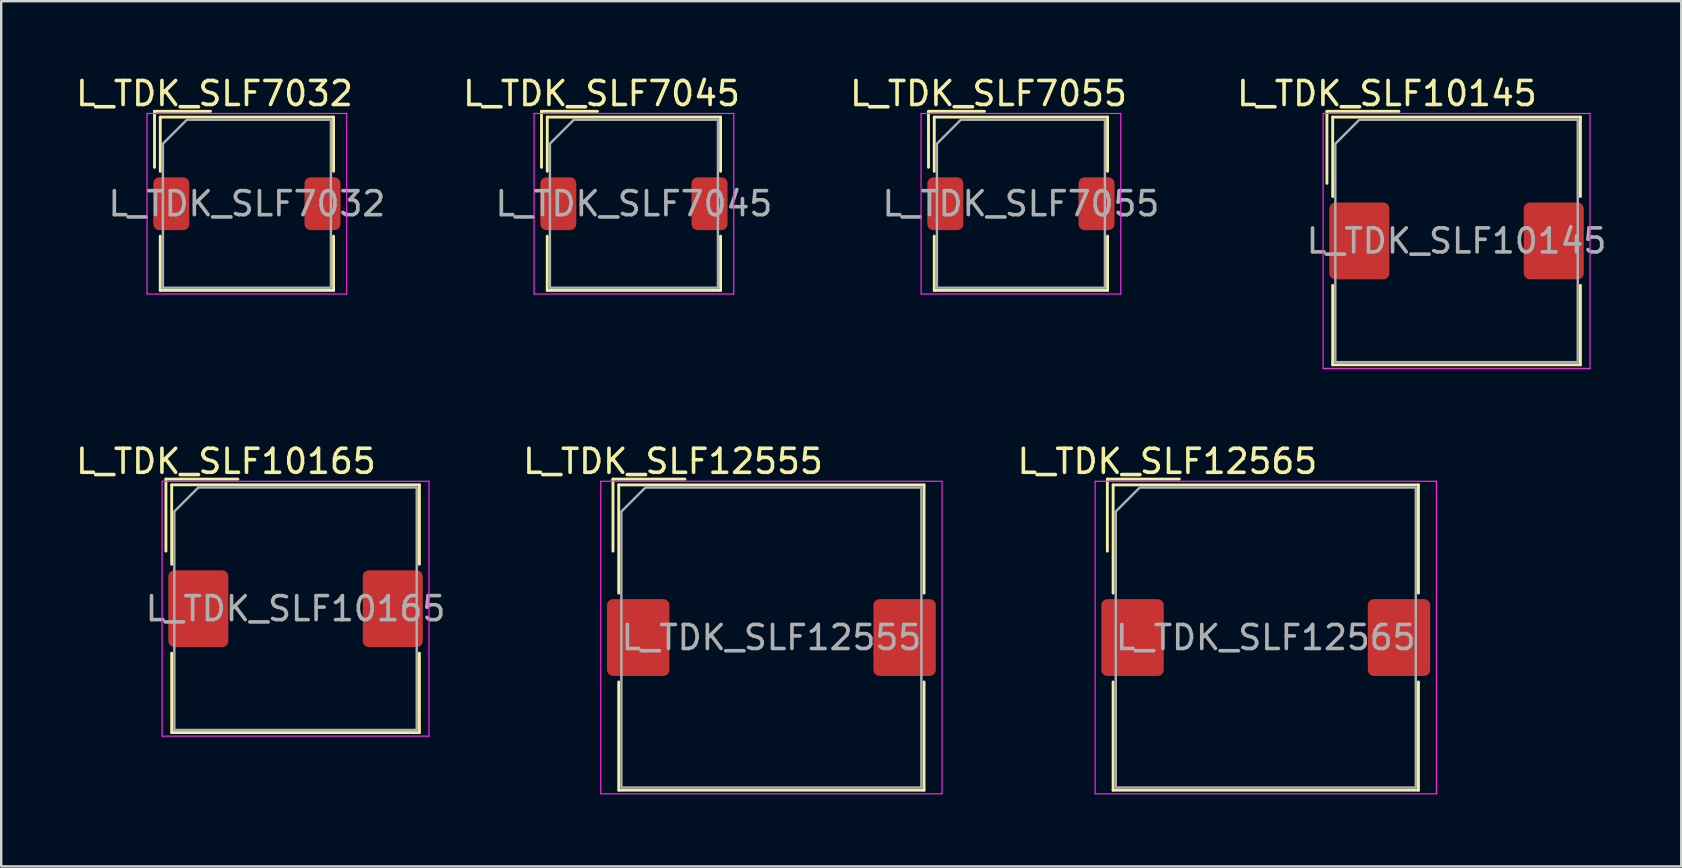
<source format=kicad_pcb>
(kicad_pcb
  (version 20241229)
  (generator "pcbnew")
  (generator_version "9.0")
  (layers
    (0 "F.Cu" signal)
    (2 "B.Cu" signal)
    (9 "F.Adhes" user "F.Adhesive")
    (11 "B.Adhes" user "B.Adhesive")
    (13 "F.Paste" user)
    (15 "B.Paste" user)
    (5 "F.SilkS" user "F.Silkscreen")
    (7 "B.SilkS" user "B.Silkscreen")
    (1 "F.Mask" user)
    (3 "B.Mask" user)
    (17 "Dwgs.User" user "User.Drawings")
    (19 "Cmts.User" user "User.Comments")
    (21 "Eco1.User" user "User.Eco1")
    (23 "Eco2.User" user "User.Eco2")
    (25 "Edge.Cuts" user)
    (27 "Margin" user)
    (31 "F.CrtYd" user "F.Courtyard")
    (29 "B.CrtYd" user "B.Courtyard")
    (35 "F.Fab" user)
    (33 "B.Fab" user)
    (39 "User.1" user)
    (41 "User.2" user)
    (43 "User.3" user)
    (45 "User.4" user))
  (footprint "L_TDK_SLF7045"
    (layer "F.Cu")
    (at 23.361 5.438)
    (property "Reference" "L_TDK_SLF7045" (at -1.35 -4.59 0) (layer "F.SilkS") (effects (font (size 1 1) (thickness 0.15))))
    (attr smd)
    (fp_line (start -3.85 -3.85) (end -1.517 -3.85) (stroke (width 0.12) (type solid)) (layer "F.SilkS"))
    (fp_line (start -3.85 -1.517) (end -3.85 -3.85) (stroke (width 0.12) (type solid)) (layer "F.SilkS"))
    (fp_line (start -3.61 -3.61) (end -3.61 -1.35) (stroke (width 0.12) (type solid)) (layer "F.SilkS"))
    (fp_line (start -3.61 -3.61) (end 3.61 -3.61) (stroke (width 0.12) (type solid)) (layer "F.SilkS"))
    (fp_line (start -3.61 1.35) (end -3.61 3.61) (stroke (width 0.12) (type solid)) (layer "F.SilkS"))
    (fp_line (start -3.61 3.61) (end 3.61 3.61) (stroke (width 0.12) (type solid)) (layer "F.SilkS"))
    (fp_line (start 3.61 -3.61) (end 3.61 -1.35) (stroke (width 0.12) (type solid)) (layer "F.SilkS"))
    (fp_line (start 3.61 1.35) (end 3.61 3.61) (stroke (width 0.12) (type solid)) (layer "F.SilkS"))
    (fp_line (start -4.16 -3.76) (end -4.16 3.76) (stroke (width 0.05) (type solid)) (layer "F.CrtYd"))
    (fp_line (start -4.16 3.76) (end 4.16 3.76) (stroke (width 0.05) (type solid)) (layer "F.CrtYd"))
    (fp_line (start 4.16 -3.76) (end -4.16 -3.76) (stroke (width 0.05) (type solid)) (layer "F.CrtYd"))
    (fp_line (start 4.16 3.76) (end 4.16 -3.76) (stroke (width 0.05) (type solid)) (layer "F.CrtYd"))
    (fp_poly (pts (xy -3.5 -2.5) (xy -3.5 3.5) (xy 3.5 3.5) (xy 3.5 -3.5) (xy -2.5 -3.5)) (stroke (width 0.1) (type solid)) (fill no) (layer "F.Fab"))
    (fp_text user "${REFERENCE}" (at 0 0 0) (layer "F.Fab") (effects (font (size 1 1) (thickness 0.15))))
    (pad "1" smd roundrect (at -3.15 0) (size 1.5 2.2) (layers "F.Cu" "F.Mask" "F.Paste") (roundrect_rratio 0.167))
    (pad "2" smd roundrect (at 3.15 0) (size 1.5 2.2) (layers "F.Cu" "F.Mask" "F.Paste") (roundrect_rratio 0.167)))
  (footprint "L_TDK_SLF7055"
    (layer "F.Cu")
    (at 39.485 5.438)
    (property "Reference" "L_TDK_SLF7055" (at -1.35 -4.59 0) (layer "F.SilkS") (effects (font (size 1 1) (thickness 0.15))))
    (attr smd)
    (fp_line (start -3.85 -3.85) (end -1.517 -3.85) (stroke (width 0.12) (type solid)) (layer "F.SilkS"))
    (fp_line (start -3.85 -1.517) (end -3.85 -3.85) (stroke (width 0.12) (type solid)) (layer "F.SilkS"))
    (fp_line (start -3.61 -3.61) (end -3.61 -1.35) (stroke (width 0.12) (type solid)) (layer "F.SilkS"))
    (fp_line (start -3.61 -3.61) (end 3.61 -3.61) (stroke (width 0.12) (type solid)) (layer "F.SilkS"))
    (fp_line (start -3.61 1.35) (end -3.61 3.61) (stroke (width 0.12) (type solid)) (layer "F.SilkS"))
    (fp_line (start -3.61 3.61) (end 3.61 3.61) (stroke (width 0.12) (type solid)) (layer "F.SilkS"))
    (fp_line (start 3.61 -3.61) (end 3.61 -1.35) (stroke (width 0.12) (type solid)) (layer "F.SilkS"))
    (fp_line (start 3.61 1.35) (end 3.61 3.61) (stroke (width 0.12) (type solid)) (layer "F.SilkS"))
    (fp_line (start -4.16 -3.76) (end -4.16 3.76) (stroke (width 0.05) (type solid)) (layer "F.CrtYd"))
    (fp_line (start -4.16 3.76) (end 4.16 3.76) (stroke (width 0.05) (type solid)) (layer "F.CrtYd"))
    (fp_line (start 4.16 -3.76) (end -4.16 -3.76) (stroke (width 0.05) (type solid)) (layer "F.CrtYd"))
    (fp_line (start 4.16 3.76) (end 4.16 -3.76) (stroke (width 0.05) (type solid)) (layer "F.CrtYd"))
    (fp_poly (pts (xy -3.5 -2.5) (xy -3.5 3.5) (xy 3.5 3.5) (xy 3.5 -3.5) (xy -2.5 -3.5)) (stroke (width 0.1) (type solid)) (fill no) (layer "F.Fab"))
    (fp_text user "${REFERENCE}" (at 0 0 0) (layer "F.Fab") (effects (font (size 1 1) (thickness 0.15))))
    (pad "1" smd roundrect (at -3.15 0) (size 1.5 2.2) (layers "F.Cu" "F.Mask" "F.Paste") (roundrect_rratio 0.167))
    (pad "2" smd roundrect (at 3.15 0) (size 1.5 2.2) (layers "F.Cu" "F.Mask" "F.Paste") (roundrect_rratio 0.167)))
  (footprint "L_TDK_SLF10145"
    (layer "F.Cu")
    (at 57.635 6.988)
    (property "Reference" "L_TDK_SLF10145" (at -2.9 -6.14 0) (layer "F.SilkS") (effects (font (size 1 1) (thickness 0.15))))
    (attr smd)
    (fp_line (start -5.4 -5.4) (end -2.4 -5.4) (stroke (width 0.12) (type solid)) (layer "F.SilkS"))
    (fp_line (start -5.4 -2.4) (end -5.4 -5.4) (stroke (width 0.12) (type solid)) (layer "F.SilkS"))
    (fp_line (start -5.16 -5.16) (end -5.16 -1.85) (stroke (width 0.12) (type solid)) (layer "F.SilkS"))
    (fp_line (start -5.16 -5.16) (end 5.16 -5.16) (stroke (width 0.12) (type solid)) (layer "F.SilkS"))
    (fp_line (start -5.16 1.85) (end -5.16 5.16) (stroke (width 0.12) (type solid)) (layer "F.SilkS"))
    (fp_line (start -5.16 5.16) (end 5.16 5.16) (stroke (width 0.12) (type solid)) (layer "F.SilkS"))
    (fp_line (start 5.16 -5.16) (end 5.16 -1.85) (stroke (width 0.12) (type solid)) (layer "F.SilkS"))
    (fp_line (start 5.16 1.85) (end 5.16 5.16) (stroke (width 0.12) (type solid)) (layer "F.SilkS"))
    (fp_line (start -5.56 -5.31) (end -5.56 5.31) (stroke (width 0.05) (type solid)) (layer "F.CrtYd"))
    (fp_line (start -5.56 5.31) (end 5.56 5.31) (stroke (width 0.05) (type solid)) (layer "F.CrtYd"))
    (fp_line (start 5.56 -5.31) (end -5.56 -5.31) (stroke (width 0.05) (type solid)) (layer "F.CrtYd"))
    (fp_line (start 5.56 5.31) (end 5.56 -5.31) (stroke (width 0.05) (type solid)) (layer "F.CrtYd"))
    (fp_poly (pts (xy -5.05 -4.05) (xy -5.05 5.05) (xy 5.05 5.05) (xy 5.05 -5.05) (xy -4.05 -5.05)) (stroke (width 0.1) (type solid)) (fill no) (layer "F.Fab"))
    (fp_text user "${REFERENCE}" (at 0 0 0) (layer "F.Fab") (effects (font (size 1 1) (thickness 0.15))))
    (pad "1" smd roundrect (at -4.05 0) (size 2.5 3.2) (layers "F.Cu" "F.Mask" "F.Paste") (roundrect_rratio 0.1))
    (pad "2" smd roundrect (at 4.05 0) (size 2.5 3.2) (layers "F.Cu" "F.Mask" "F.Paste") (roundrect_rratio 0.1)))
  (footprint "L_TDK_SLF12565"
    (layer "F.Cu")
    (at 49.687 23.512)
    (property "Reference" "L_TDK_SLF12565" (at -4.1 -7.34 0) (layer "F.SilkS") (effects (font (size 1 1) (thickness 0.15))))
    (attr smd)
    (fp_line (start -6.6 -6.6) (end -3.6 -6.6) (stroke (width 0.12) (type solid)) (layer "F.SilkS"))
    (fp_line (start -6.6 -3.6) (end -6.6 -6.6) (stroke (width 0.12) (type solid)) (layer "F.SilkS"))
    (fp_line (start -6.36 -6.36) (end -6.36 -1.85) (stroke (width 0.12) (type solid)) (layer "F.SilkS"))
    (fp_line (start -6.36 -6.36) (end 6.36 -6.36) (stroke (width 0.12) (type solid)) (layer "F.SilkS"))
    (fp_line (start -6.36 1.85) (end -6.36 6.36) (stroke (width 0.12) (type solid)) (layer "F.SilkS"))
    (fp_line (start -6.36 6.36) (end 6.36 6.36) (stroke (width 0.12) (type solid)) (layer "F.SilkS"))
    (fp_line (start 6.36 -6.36) (end 6.36 -1.85) (stroke (width 0.12) (type solid)) (layer "F.SilkS"))
    (fp_line (start 6.36 1.85) (end 6.36 6.36) (stroke (width 0.12) (type solid)) (layer "F.SilkS"))
    (fp_line (start -7.11 -6.51) (end -7.11 6.51) (stroke (width 0.05) (type solid)) (layer "F.CrtYd"))
    (fp_line (start -7.11 6.51) (end 7.11 6.51) (stroke (width 0.05) (type solid)) (layer "F.CrtYd"))
    (fp_line (start 7.11 -6.51) (end -7.11 -6.51) (stroke (width 0.05) (type solid)) (layer "F.CrtYd"))
    (fp_line (start 7.11 6.51) (end 7.11 -6.51) (stroke (width 0.05) (type solid)) (layer "F.CrtYd"))
    (fp_poly (pts (xy -6.25 -5.25) (xy -6.25 6.25) (xy 6.25 6.25) (xy 6.25 -6.25) (xy -5.25 -6.25)) (stroke (width 0.1) (type solid)) (fill no) (layer "F.Fab"))
    (fp_text user "${REFERENCE}" (at 0 0 0) (layer "F.Fab") (effects (font (size 1 1) (thickness 0.15))))
    (pad "1" smd roundrect (at -5.55 0) (size 2.6 3.2) (layers "F.Cu" "F.Mask" "F.Paste") (roundrect_rratio 0.096))
    (pad "2" smd roundrect (at 5.55 0) (size 2.6 3.2) (layers "F.Cu" "F.Mask" "F.Paste") (roundrect_rratio 0.096)))
  (footprint "L_TDK_SLF10165"
    (layer "F.Cu")
    (at 9.263 22.311)
    (property "Reference" "L_TDK_SLF10165" (at -2.9 -6.14 0) (layer "F.SilkS") (effects (font (size 1 1) (thickness 0.15))))
    (attr smd)
    (fp_line (start -5.4 -5.4) (end -2.4 -5.4) (stroke (width 0.12) (type solid)) (layer "F.SilkS"))
    (fp_line (start -5.4 -2.4) (end -5.4 -5.4) (stroke (width 0.12) (type solid)) (layer "F.SilkS"))
    (fp_line (start -5.16 -5.16) (end -5.16 -1.85) (stroke (width 0.12) (type solid)) (layer "F.SilkS"))
    (fp_line (start -5.16 -5.16) (end 5.16 -5.16) (stroke (width 0.12) (type solid)) (layer "F.SilkS"))
    (fp_line (start -5.16 1.85) (end -5.16 5.16) (stroke (width 0.12) (type solid)) (layer "F.SilkS"))
    (fp_line (start -5.16 5.16) (end 5.16 5.16) (stroke (width 0.12) (type solid)) (layer "F.SilkS"))
    (fp_line (start 5.16 -5.16) (end 5.16 -1.85) (stroke (width 0.12) (type solid)) (layer "F.SilkS"))
    (fp_line (start 5.16 1.85) (end 5.16 5.16) (stroke (width 0.12) (type solid)) (layer "F.SilkS"))
    (fp_line (start -5.56 -5.31) (end -5.56 5.31) (stroke (width 0.05) (type solid)) (layer "F.CrtYd"))
    (fp_line (start -5.56 5.31) (end 5.56 5.31) (stroke (width 0.05) (type solid)) (layer "F.CrtYd"))
    (fp_line (start 5.56 -5.31) (end -5.56 -5.31) (stroke (width 0.05) (type solid)) (layer "F.CrtYd"))
    (fp_line (start 5.56 5.31) (end 5.56 -5.31) (stroke (width 0.05) (type solid)) (layer "F.CrtYd"))
    (fp_poly (pts (xy -5.05 -4.05) (xy -5.05 5.05) (xy 5.05 5.05) (xy 5.05 -5.05) (xy -4.05 -5.05)) (stroke (width 0.1) (type solid)) (fill no) (layer "F.Fab"))
    (fp_text user "${REFERENCE}" (at 0 0 0) (layer "F.Fab") (effects (font (size 1 1) (thickness 0.15))))
    (pad "1" smd roundrect (at -4.05 0) (size 2.5 3.2) (layers "F.Cu" "F.Mask" "F.Paste") (roundrect_rratio 0.1))
    (pad "2" smd roundrect (at 4.05 0) (size 2.5 3.2) (layers "F.Cu" "F.Mask" "F.Paste") (roundrect_rratio 0.1)))
  (footprint "L_TDK_SLF12555"
    (layer "F.Cu")
    (at 29.089 23.512)
    (property "Reference" "L_TDK_SLF12555" (at -4.1 -7.34 0) (layer "F.SilkS") (effects (font (size 1 1) (thickness 0.15))))
    (attr smd)
    (fp_line (start -6.6 -6.6) (end -3.6 -6.6) (stroke (width 0.12) (type solid)) (layer "F.SilkS"))
    (fp_line (start -6.6 -3.6) (end -6.6 -6.6) (stroke (width 0.12) (type solid)) (layer "F.SilkS"))
    (fp_line (start -6.36 -6.36) (end -6.36 -1.85) (stroke (width 0.12) (type solid)) (layer "F.SilkS"))
    (fp_line (start -6.36 -6.36) (end 6.36 -6.36) (stroke (width 0.12) (type solid)) (layer "F.SilkS"))
    (fp_line (start -6.36 1.85) (end -6.36 6.36) (stroke (width 0.12) (type solid)) (layer "F.SilkS"))
    (fp_line (start -6.36 6.36) (end 6.36 6.36) (stroke (width 0.12) (type solid)) (layer "F.SilkS"))
    (fp_line (start 6.36 -6.36) (end 6.36 -1.85) (stroke (width 0.12) (type solid)) (layer "F.SilkS"))
    (fp_line (start 6.36 1.85) (end 6.36 6.36) (stroke (width 0.12) (type solid)) (layer "F.SilkS"))
    (fp_line (start -7.11 -6.51) (end -7.11 6.51) (stroke (width 0.05) (type solid)) (layer "F.CrtYd"))
    (fp_line (start -7.11 6.51) (end 7.11 6.51) (stroke (width 0.05) (type solid)) (layer "F.CrtYd"))
    (fp_line (start 7.11 -6.51) (end -7.11 -6.51) (stroke (width 0.05) (type solid)) (layer "F.CrtYd"))
    (fp_line (start 7.11 6.51) (end 7.11 -6.51) (stroke (width 0.05) (type solid)) (layer "F.CrtYd"))
    (fp_poly (pts (xy -6.25 -5.25) (xy -6.25 6.25) (xy 6.25 6.25) (xy 6.25 -6.25) (xy -5.25 -6.25)) (stroke (width 0.1) (type solid)) (fill no) (layer "F.Fab"))
    (fp_text user "${REFERENCE}" (at 0 0 0) (layer "F.Fab") (effects (font (size 1 1) (thickness 0.15))))
    (pad "1" smd roundrect (at -5.55 0) (size 2.6 3.2) (layers "F.Cu" "F.Mask" "F.Paste") (roundrect_rratio 0.096))
    (pad "2" smd roundrect (at 5.55 0) (size 2.6 3.2) (layers "F.Cu" "F.Mask" "F.Paste") (roundrect_rratio 0.096)))
  (footprint "L_TDK_SLF7032"
    (layer "F.Cu")
    (at 7.237 5.438)
    (property "Reference" "L_TDK_SLF7032" (at -1.35 -4.59 0) (layer "F.SilkS") (effects (font (size 1 1) (thickness 0.15))))
    (attr smd)
    (fp_line (start -3.85 -3.85) (end -1.517 -3.85) (stroke (width 0.12) (type solid)) (layer "F.SilkS"))
    (fp_line (start -3.85 -1.517) (end -3.85 -3.85) (stroke (width 0.12) (type solid)) (layer "F.SilkS"))
    (fp_line (start -3.61 -3.61) (end -3.61 -1.35) (stroke (width 0.12) (type solid)) (layer "F.SilkS"))
    (fp_line (start -3.61 -3.61) (end 3.61 -3.61) (stroke (width 0.12) (type solid)) (layer "F.SilkS"))
    (fp_line (start -3.61 1.35) (end -3.61 3.61) (stroke (width 0.12) (type solid)) (layer "F.SilkS"))
    (fp_line (start -3.61 3.61) (end 3.61 3.61) (stroke (width 0.12) (type solid)) (layer "F.SilkS"))
    (fp_line (start 3.61 -3.61) (end 3.61 -1.35) (stroke (width 0.12) (type solid)) (layer "F.SilkS"))
    (fp_line (start 3.61 1.35) (end 3.61 3.61) (stroke (width 0.12) (type solid)) (layer "F.SilkS"))
    (fp_line (start -4.16 -3.76) (end -4.16 3.76) (stroke (width 0.05) (type solid)) (layer "F.CrtYd"))
    (fp_line (start -4.16 3.76) (end 4.16 3.76) (stroke (width 0.05) (type solid)) (layer "F.CrtYd"))
    (fp_line (start 4.16 -3.76) (end -4.16 -3.76) (stroke (width 0.05) (type solid)) (layer "F.CrtYd"))
    (fp_line (start 4.16 3.76) (end 4.16 -3.76) (stroke (width 0.05) (type solid)) (layer "F.CrtYd"))
    (fp_poly (pts (xy -3.5 -2.5) (xy -3.5 3.5) (xy 3.5 3.5) (xy 3.5 -3.5) (xy -2.5 -3.5)) (stroke (width 0.1) (type solid)) (fill no) (layer "F.Fab"))
    (fp_text user "${REFERENCE}" (at 0 0 0) (layer "F.Fab") (effects (font (size 1 1) (thickness 0.15))))
    (pad "1" smd roundrect (at -3.15 0) (size 1.5 2.2) (layers "F.Cu" "F.Mask" "F.Paste") (roundrect_rratio 0.167))
    (pad "2" smd roundrect (at 3.15 0) (size 1.5 2.2) (layers "F.Cu" "F.Mask" "F.Paste") (roundrect_rratio 0.167)))
  (gr_rect
    (start -3 -3)
    (end 66.998 33.047)
    (stroke (width 0.1) (type default))
    (fill no)
    (layer "Edge.Cuts")))
</source>
